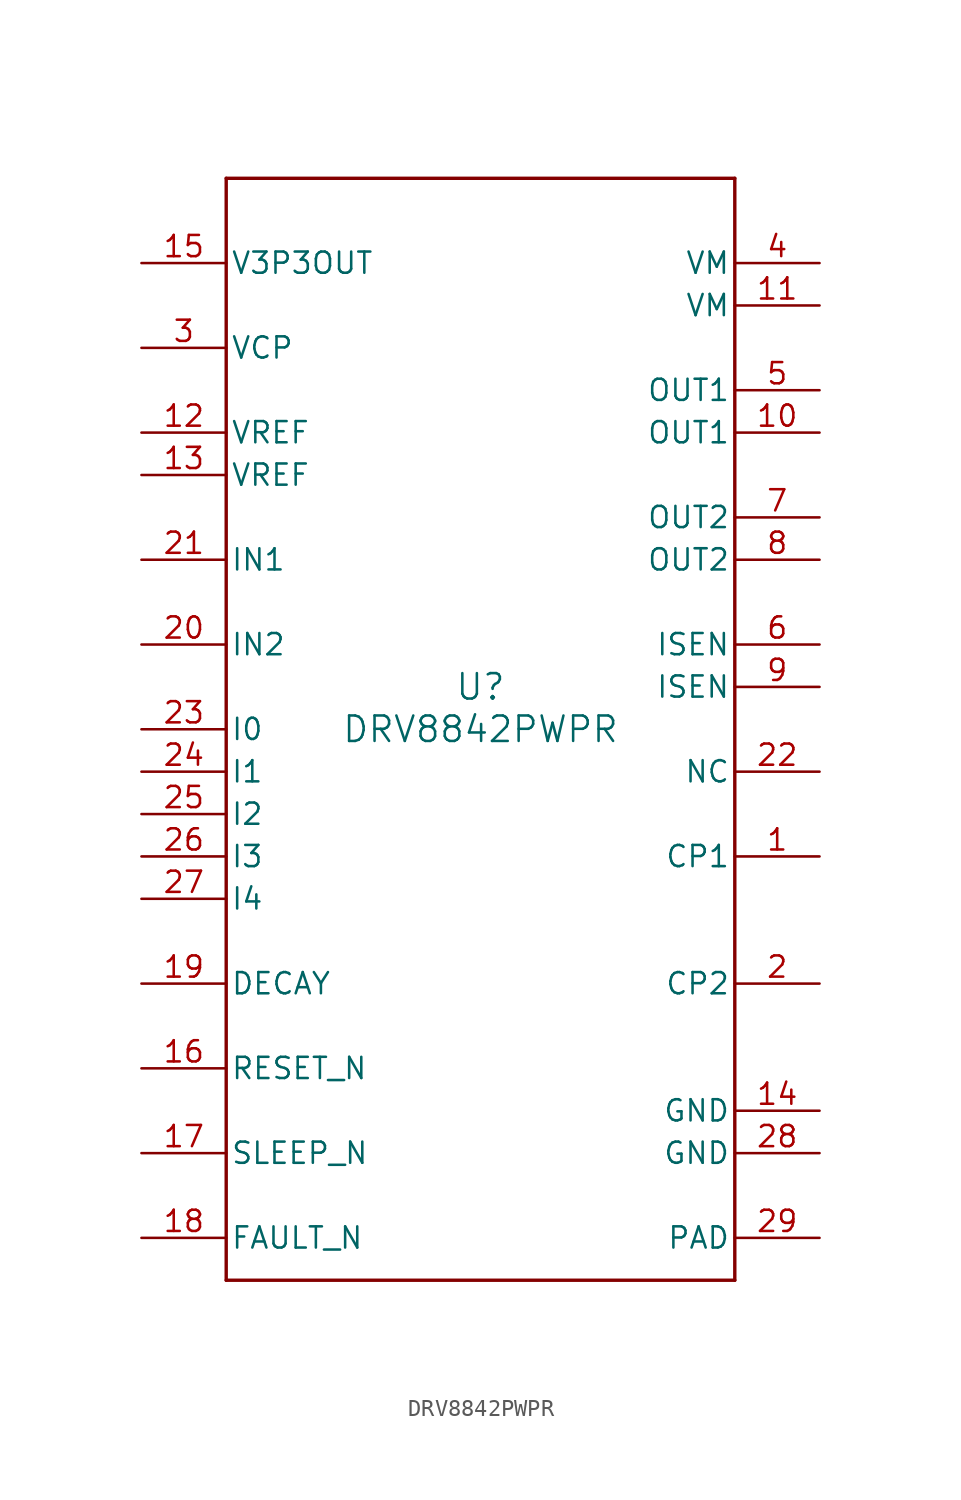
<source format=kicad_sym>
(kicad_symbol_lib
  (version 20211014)
  (generator kicad_symbol_editor)
  (symbol "DRV8842PWPR"
    (pin_names
      (offset 0.254))
    (property "Reference" "U"
      (at 0 2.54 0)
      (effects (font (size 1.524 1.524))))
    (property "Value" "DRV8842PWPR"
      (at 0 0 0)
      (effects (font (size 1.524 1.524))))
    (symbol "DRV8842PWPR_0_1"
      (polyline (pts (xy -15.24 -33.02) (xy 15.24 -33.02)) (stroke (width 0.203) (type default) (color 0 0 0 0)) (fill (type none)))
      (polyline (pts (xy 15.24 -33.02) (xy 15.24 33.02)) (stroke (width 0.203) (type default) (color 0 0 0 0)) (fill (type none)))
      (polyline (pts (xy 15.24 33.02) (xy -15.24 33.02)) (stroke (width 0.203) (type default) (color 0 0 0 0)) (fill (type none)))
      (polyline (pts (xy -15.24 33.02) (xy -15.24 -33.02)) (stroke (width 0.203) (type default) (color 0 0 0 0)) (fill (type none)))
      (pin unspecified line (at 20.32 -7.62 180) (length 5.08) (name "CP1" (effects (font (size 1.27 1.27)))) (number "1" (effects (font (size 1.27 1.27)))))
      (pin unspecified line (at 20.32 -15.24 180) (length 5.08) (name "CP2" (effects (font (size 1.27 1.27)))) (number "2" (effects (font (size 1.27 1.27)))))
      (pin power_in line (at -20.32 22.86 0) (length 5.08) (name "VCP" (effects (font (size 1.27 1.27)))) (number "3" (effects (font (size 1.27 1.27)))))
      (pin power_in line (at 20.32 27.94 180) (length 5.08) (name "VM" (effects (font (size 1.27 1.27)))) (number "4" (effects (font (size 1.27 1.27)))))
      (pin output line (at 20.32 20.32 180) (length 5.08) (name "OUT1" (effects (font (size 1.27 1.27)))) (number "5" (effects (font (size 1.27 1.27)))))
      (pin bidirectional line (at 20.32 5.08 180) (length 5.08) (name "ISEN" (effects (font (size 1.27 1.27)))) (number "6" (effects (font (size 1.27 1.27)))))
      (pin output line (at 20.32 12.7 180) (length 5.08) (name "OUT2" (effects (font (size 1.27 1.27)))) (number "7" (effects (font (size 1.27 1.27)))))
      (pin output line (at 20.32 10.16 180) (length 5.08) (name "OUT2" (effects (font (size 1.27 1.27)))) (number "8" (effects (font (size 1.27 1.27)))))
      (pin bidirectional line (at 20.32 2.54 180) (length 5.08) (name "ISEN" (effects (font (size 1.27 1.27)))) (number "9" (effects (font (size 1.27 1.27)))))
      (pin output line (at 20.32 17.78 180) (length 5.08) (name "OUT1" (effects (font (size 1.27 1.27)))) (number "10" (effects (font (size 1.27 1.27)))))
      (pin power_in line (at 20.32 25.4 180) (length 5.08) (name "VM" (effects (font (size 1.27 1.27)))) (number "11" (effects (font (size 1.27 1.27)))))
      (pin input line (at -20.32 17.78 0) (length 5.08) (name "VREF" (effects (font (size 1.27 1.27)))) (number "12" (effects (font (size 1.27 1.27)))))
      (pin input line (at -20.32 15.24 0) (length 5.08) (name "VREF" (effects (font (size 1.27 1.27)))) (number "13" (effects (font (size 1.27 1.27)))))
      (pin power_in line (at 20.32 -22.86 180) (length 5.08) (name "GND" (effects (font (size 1.27 1.27)))) (number "14" (effects (font (size 1.27 1.27)))))
      (pin power_in line (at -20.32 27.94 0) (length 5.08) (name "V3P3OUT" (effects (font (size 1.27 1.27)))) (number "15" (effects (font (size 1.27 1.27)))))
      (pin input line (at -20.32 -20.32 0) (length 5.08) (name "RESET_N" (effects (font (size 1.27 1.27)))) (number "16" (effects (font (size 1.27 1.27)))))
      (pin input line (at -20.32 -25.4 0) (length 5.08) (name "SLEEP_N" (effects (font (size 1.27 1.27)))) (number "17" (effects (font (size 1.27 1.27)))))
      (pin open_collector line (at -20.32 -30.48 0) (length 5.08) (name "FAULT_N" (effects (font (size 1.27 1.27)))) (number "18" (effects (font (size 1.27 1.27)))))
      (pin input line (at -20.32 -15.24 0) (length 5.08) (name "DECAY" (effects (font (size 1.27 1.27)))) (number "19" (effects (font (size 1.27 1.27)))))
      (pin input line (at -20.32 5.08 0) (length 5.08) (name "IN2" (effects (font (size 1.27 1.27)))) (number "20" (effects (font (size 1.27 1.27)))))
      (pin input line (at -20.32 10.16 0) (length 5.08) (name "IN1" (effects (font (size 1.27 1.27)))) (number "21" (effects (font (size 1.27 1.27)))))
      (pin unspecified line (at 20.32 -2.54 180) (length 5.08) (name "NC" (effects (font (size 1.27 1.27)))) (number "22" (effects (font (size 1.27 1.27)))))
      (pin input line (at -20.32 0 0) (length 5.08) (name "I0" (effects (font (size 1.27 1.27)))) (number "23" (effects (font (size 1.27 1.27)))))
      (pin input line (at -20.32 -2.54 0) (length 5.08) (name "I1" (effects (font (size 1.27 1.27)))) (number "24" (effects (font (size 1.27 1.27)))))
      (pin input line (at -20.32 -5.08 0) (length 5.08) (name "I2" (effects (font (size 1.27 1.27)))) (number "25" (effects (font (size 1.27 1.27)))))
      (pin input line (at -20.32 -7.62 0) (length 5.08) (name "I3" (effects (font (size 1.27 1.27)))) (number "26" (effects (font (size 1.27 1.27)))))
      (pin input line (at -20.32 -10.16 0) (length 5.08) (name "I4" (effects (font (size 1.27 1.27)))) (number "27" (effects (font (size 1.27 1.27)))))
      (pin power_in line (at 20.32 -25.4 180) (length 5.08) (name "GND" (effects (font (size 1.27 1.27)))) (number "28" (effects (font (size 1.27 1.27)))))
      (pin power_in line (at 20.32 -30.48 180) (length 5.08) (name "PAD" (effects (font (size 1.27 1.27)))) (number "29" (effects (font (size 1.27 1.27))))))))
</source>
